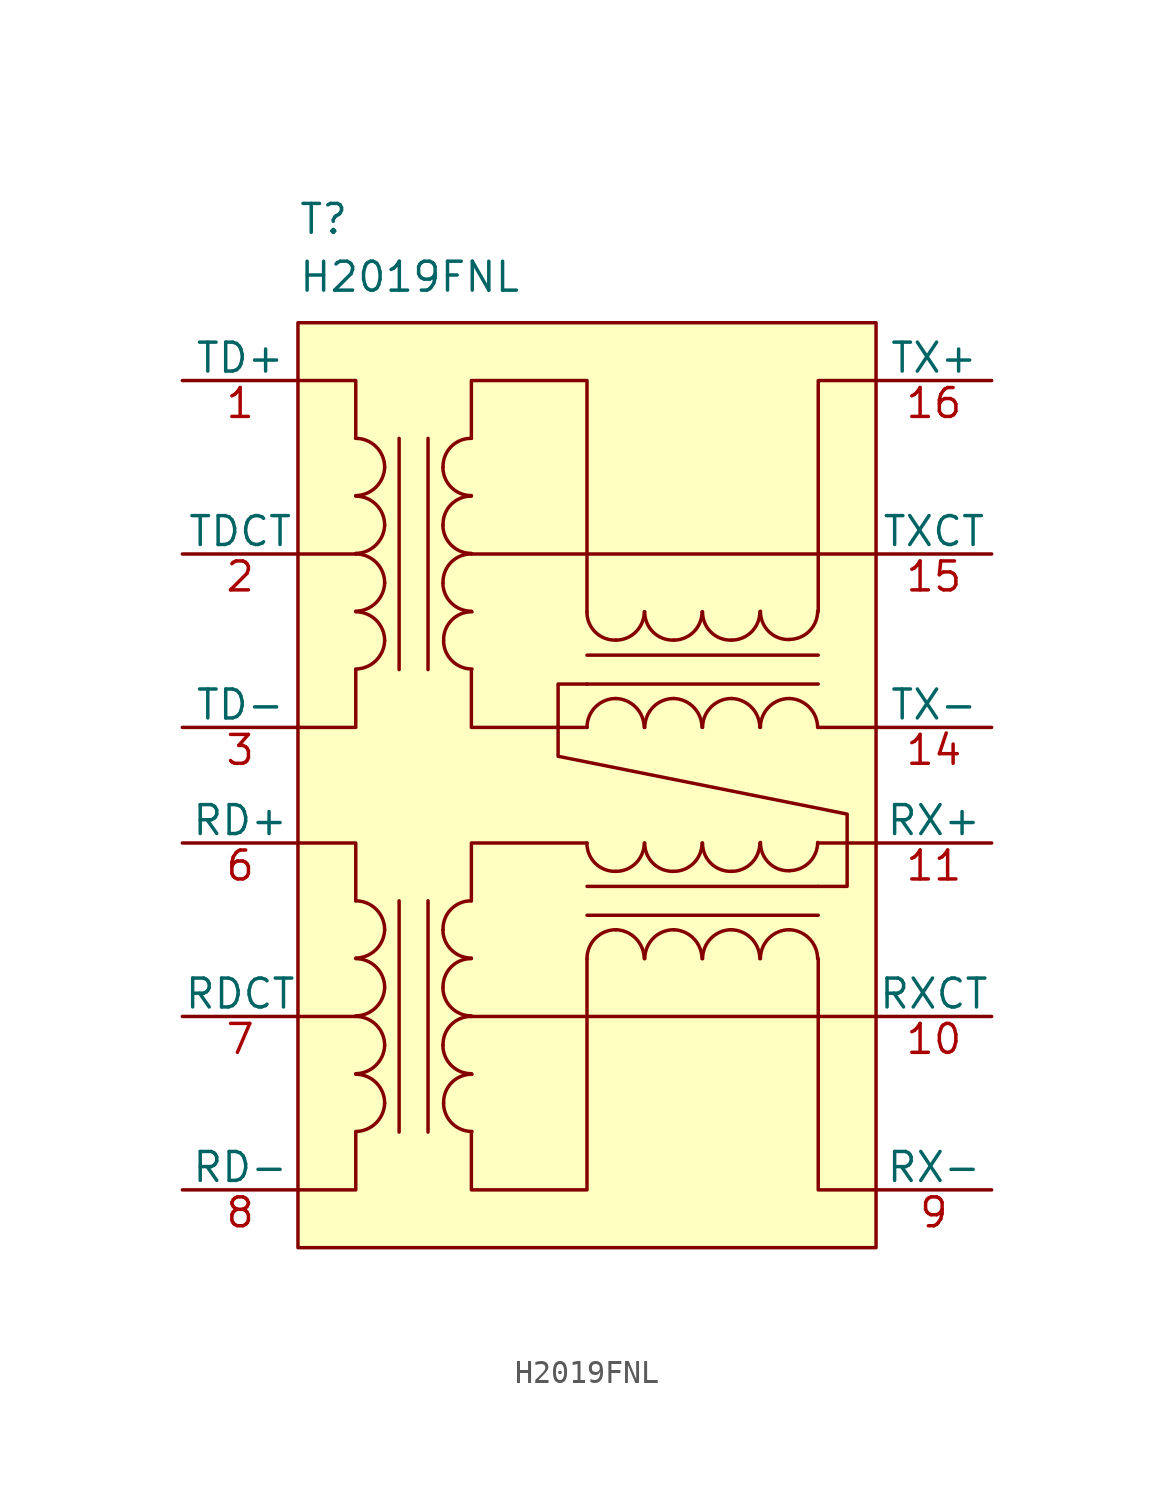
<source format=kicad_sym>
(kicad_symbol_lib
  (version 20231120)
  (generator "kicad_symbol_editor")
  (generator_version "8.0")
  (symbol "H2019FNL"
    (pin_names
      (offset 0))
    (property "Reference" "T"
      (at -13.97 24.13 0)
      (effects (font (size 1.27 1.27)) (justify left bottom)))
    (property "Value" "H2019FNL"
      (at -13.97 21.59 0)
      (effects (font (size 1.27 1.27)) (justify left bottom)))
    (property "Footprint" ""
      (at 0 0 0)
      (effects (font (size 1.524 1.524))))
    (property "Datasheet" ""
      (at 0 0 0)
      (effects (font (size 1.524 1.524))))
    (symbol "H2019FNL_0_0"
      (rectangle (start -13.97 20.32) (end 11.43 -20.32) (stroke (width 0) (type solid)) (fill (type background)))
      (polyline (pts (xy -13.97 -10.16) (xy -11.43 -10.16)) (stroke (width 0) (type solid)) (fill (type none)))
      (polyline (pts (xy -13.97 10.16) (xy -11.43 10.16)) (stroke (width 0) (type solid)) (fill (type none)))
      (polyline (pts (xy -6.35 -10.16) (xy 11.43 -10.16)) (stroke (width 0) (type solid)) (fill (type none)))
      (polyline (pts (xy 11.43 -2.54) (xy 8.89 -2.54)) (stroke (width 0) (type solid)) (fill (type none)))
      (polyline (pts (xy 11.43 2.54) (xy 8.89 2.54)) (stroke (width 0) (type solid)) (fill (type none)))
      (polyline (pts (xy 11.43 10.16) (xy -6.35 10.16)) (stroke (width 0) (type solid)) (fill (type none)))
      (polyline (pts (xy -13.97 -17.78) (xy -11.43 -17.78) (xy -11.43 -15.24)) (stroke (width 0) (type solid)) (fill (type none)))
      (polyline (pts (xy -13.97 -2.54) (xy -11.43 -2.54) (xy -11.43 -5.08)) (stroke (width 0) (type solid)) (fill (type none)))
      (polyline (pts (xy -13.97 2.54) (xy -11.43 2.54) (xy -11.43 5.08)) (stroke (width 0) (type solid)) (fill (type none)))
      (polyline (pts (xy -13.97 17.78) (xy -11.43 17.78) (xy -11.43 15.24)) (stroke (width 0) (type solid)) (fill (type none)))
      (polyline (pts (xy -6.35 5.08) (xy -6.35 2.54) (xy -1.27 2.54)) (stroke (width 0) (type solid)) (fill (type none)))
      (polyline (pts (xy -1.27 -2.54) (xy -6.35 -2.54) (xy -6.35 -5.08)) (stroke (width 0) (type solid)) (fill (type none)))
      (polyline (pts (xy 8.89 -7.62) (xy 8.89 -17.78) (xy 11.43 -17.78)) (stroke (width 0) (type solid)) (fill (type none)))
      (polyline (pts (xy 8.89 7.62) (xy 8.89 17.78) (xy 11.43 17.78)) (stroke (width 0) (type solid)) (fill (type none)))
      (polyline (pts (xy -6.35 -15.24) (xy -6.35 -17.78) (xy -1.27 -17.78) (xy -1.27 -7.62)) (stroke (width 0) (type solid)) (fill (type none)))
      (polyline (pts (xy -1.27 7.62) (xy -1.27 17.78) (xy -6.35 17.78) (xy -6.35 15.24)) (stroke (width 0) (type solid)) (fill (type none)))
      (polyline (pts (xy -1.27 4.445) (xy -2.54 4.445) (xy -2.54 1.27) (xy 10.16 -1.27) (xy 10.16 -4.445) (xy 8.89 -4.445)) (stroke (width 0) (type solid)) (fill (type none))))
    (symbol "H2019FNL_0_1"
      (arc (start -11.43 -15.2146) (mid -10.5499 -14.8501) (end -10.16 -13.97) (stroke (width 0) (type solid)) (fill (type none)))
      (arc (start -11.43 -12.6746) (mid -10.5499 -12.3101) (end -10.16 -11.43) (stroke (width 0) (type solid)) (fill (type none)))
      (arc (start -11.43 -10.1346) (mid -10.5499 -9.7701) (end -10.16 -8.89) (stroke (width 0) (type solid)) (fill (type none)))
      (arc (start -11.43 -7.5946) (mid -10.5499 -7.2301) (end -10.16 -6.35) (stroke (width 0) (type solid)) (fill (type none)))
      (arc (start -11.43 5.1054) (mid -10.5499 5.4699) (end -10.16 6.35) (stroke (width 0) (type solid)) (fill (type none)))
      (arc (start -11.43 7.6454) (mid -10.5499 8.0099) (end -10.16 8.89) (stroke (width 0) (type solid)) (fill (type none)))
      (arc (start -11.43 10.1854) (mid -10.5499 10.5499) (end -10.16 11.43) (stroke (width 0) (type solid)) (fill (type none)))
      (arc (start -11.43 12.7254) (mid -10.5499 13.0899) (end -10.16 13.97) (stroke (width 0) (type solid)) (fill (type none)))
      (arc (start -10.16 -13.97) (mid -10.532 -13.072) (end -11.43 -12.7) (stroke (width 0) (type solid)) (fill (type none)))
      (arc (start -10.16 -11.43) (mid -10.532 -10.532) (end -11.43 -10.16) (stroke (width 0) (type solid)) (fill (type none)))
      (arc (start -10.16 -8.89) (mid -10.532 -7.992) (end -11.43 -7.62) (stroke (width 0) (type solid)) (fill (type none)))
      (arc (start -10.16 -6.35) (mid -10.532 -5.452) (end -11.43 -5.08) (stroke (width 0) (type solid)) (fill (type none)))
      (arc (start -10.16 6.35) (mid -10.532 7.248) (end -11.43 7.62) (stroke (width 0) (type solid)) (fill (type none)))
      (arc (start -10.16 8.89) (mid -10.532 9.788) (end -11.43 10.16) (stroke (width 0) (type solid)) (fill (type none)))
      (arc (start -10.16 11.43) (mid -10.532 12.328) (end -11.43 12.7) (stroke (width 0) (type solid)) (fill (type none)))
      (arc (start -10.16 13.97) (mid -10.532 14.868) (end -11.43 15.24) (stroke (width 0) (type solid)) (fill (type none)))
      (arc (start -7.5946 -11.43) (mid -7.2301 -12.3101) (end -6.35 -12.6746) (stroke (width 0) (type solid)) (fill (type none)))
      (arc (start -7.5946 -8.89) (mid -7.2301 -9.7701) (end -6.35 -10.1346) (stroke (width 0) (type solid)) (fill (type none)))
      (arc (start -7.5946 -6.35) (mid -7.2301 -7.2301) (end -6.35 -7.5946) (stroke (width 0) (type solid)) (fill (type none)))
      (arc (start -7.5946 8.89) (mid -7.2301 8.0099) (end -6.35 7.6454) (stroke (width 0) (type solid)) (fill (type none)))
      (arc (start -7.5946 11.43) (mid -7.2301 10.5499) (end -6.35 10.1854) (stroke (width 0) (type solid)) (fill (type none)))
      (arc (start -7.5946 13.97) (mid -7.2301 13.0899) (end -6.35 12.7254) (stroke (width 0) (type solid)) (fill (type none)))
      (arc (start -7.5692 -13.97) (mid -7.2047 -14.8501) (end -6.3246 -15.2146) (stroke (width 0) (type solid)) (fill (type none)))
      (arc (start -7.5692 6.35) (mid -7.2047 5.4699) (end -6.3246 5.1054) (stroke (width 0) (type solid)) (fill (type none)))
      (arc (start -6.35 -10.16) (mid -7.248 -10.532) (end -7.5946 -11.43) (stroke (width 0) (type solid)) (fill (type none)))
      (arc (start -6.35 -7.62) (mid -7.248 -7.992) (end -7.5946 -8.89) (stroke (width 0) (type solid)) (fill (type none)))
      (arc (start -6.35 -5.08) (mid -7.248 -5.452) (end -7.5946 -6.35) (stroke (width 0) (type solid)) (fill (type none)))
      (arc (start -6.35 10.16) (mid -7.248 9.788) (end -7.5946 8.89) (stroke (width 0) (type solid)) (fill (type none)))
      (arc (start -6.35 12.7) (mid -7.248 12.328) (end -7.5946 11.43) (stroke (width 0) (type solid)) (fill (type none)))
      (arc (start -6.35 15.24) (mid -7.248 14.868) (end -7.5946 13.97) (stroke (width 0) (type solid)) (fill (type none)))
      (arc (start -6.3246 -12.7) (mid -7.2226 -13.072) (end -7.5692 -13.97) (stroke (width 0) (type solid)) (fill (type none)))
      (arc (start -6.3246 7.62) (mid -7.2226 7.248) (end -7.5692 6.35) (stroke (width 0) (type solid)) (fill (type none)))
      (arc (start -1.27 -2.54) (mid -0.898 -3.438) (end 0 -3.7846) (stroke (width 0) (type solid)) (fill (type none)))
      (arc (start -1.27 7.62) (mid -0.898 6.722) (end 0 6.3754) (stroke (width 0) (type solid)) (fill (type none)))
      (arc (start 0 -6.35) (mid -0.898 -6.722) (end -1.27 -7.62) (stroke (width 0) (type solid)) (fill (type none)))
      (arc (start 0 -3.7846) (mid 0.8801 -3.4201) (end 1.2446 -2.54) (stroke (width 0) (type solid)) (fill (type none)))
      (polyline (pts (xy -9.525 -5.08) (xy -9.525 -15.24)) (stroke (width 0) (type solid)) (fill (type none)))
      (polyline (pts (xy -9.525 15.24) (xy -9.525 5.08)) (stroke (width 0) (type solid)) (fill (type none)))
      (polyline (pts (xy -8.255 -15.24) (xy -8.255 -5.08)) (stroke (width 0) (type solid)) (fill (type none)))
      (polyline (pts (xy -8.255 5.08) (xy -8.255 15.24)) (stroke (width 0) (type solid)) (fill (type none)))
      (polyline (pts (xy -1.27 -5.715) (xy 8.89 -5.715)) (stroke (width 0) (type solid)) (fill (type none)))
      (polyline (pts (xy -1.27 4.445) (xy 8.89 4.445)) (stroke (width 0) (type solid)) (fill (type none)))
      (polyline (pts (xy 8.89 -4.445) (xy -1.27 -4.445)) (stroke (width 0) (type solid)) (fill (type none)))
      (polyline (pts (xy 8.89 5.715) (xy -1.27 5.715)) (stroke (width 0) (type solid)) (fill (type none)))
      (arc (start 0 3.81) (mid -0.898 3.438) (end -1.27 2.54) (stroke (width 0) (type solid)) (fill (type none)))
      (arc (start 0 6.3754) (mid 0.8801 6.7399) (end 1.2446 7.62) (stroke (width 0) (type solid)) (fill (type none)))
      (arc (start 1.2446 -7.62) (mid 0.8801 -6.7399) (end 0 -6.35) (stroke (width 0) (type solid)) (fill (type none)))
      (arc (start 1.2446 2.54) (mid 0.8801 3.4201) (end 0 3.81) (stroke (width 0) (type solid)) (fill (type none)))
      (arc (start 1.27 -2.54) (mid 1.642 -3.438) (end 2.54 -3.7846) (stroke (width 0) (type solid)) (fill (type none)))
      (arc (start 1.27 7.62) (mid 1.642 6.722) (end 2.54 6.3754) (stroke (width 0) (type solid)) (fill (type none)))
      (arc (start 2.54 -6.35) (mid 1.642 -6.722) (end 1.27 -7.62) (stroke (width 0) (type solid)) (fill (type none)))
      (arc (start 2.54 -3.7846) (mid 3.4201 -3.4201) (end 3.7846 -2.54) (stroke (width 0) (type solid)) (fill (type none)))
      (arc (start 2.54 3.81) (mid 1.642 3.438) (end 1.27 2.54) (stroke (width 0) (type solid)) (fill (type none)))
      (arc (start 2.54 6.3754) (mid 3.4201 6.7399) (end 3.7846 7.62) (stroke (width 0) (type solid)) (fill (type none)))
      (arc (start 3.7846 -7.62) (mid 3.4201 -6.7399) (end 2.54 -6.35) (stroke (width 0) (type solid)) (fill (type none)))
      (arc (start 3.7846 2.54) (mid 3.4201 3.4201) (end 2.54 3.81) (stroke (width 0) (type solid)) (fill (type none)))
      (arc (start 3.81 -2.54) (mid 4.182 -3.438) (end 5.08 -3.7846) (stroke (width 0) (type solid)) (fill (type none)))
      (arc (start 3.81 7.62) (mid 4.182 6.722) (end 5.08 6.3754) (stroke (width 0) (type solid)) (fill (type none)))
      (arc (start 5.08 -6.35) (mid 4.182 -6.722) (end 3.81 -7.62) (stroke (width 0) (type solid)) (fill (type none)))
      (arc (start 5.08 -3.7846) (mid 5.9601 -3.4201) (end 6.3246 -2.54) (stroke (width 0) (type solid)) (fill (type none)))
      (arc (start 5.08 3.81) (mid 4.182 3.438) (end 3.81 2.54) (stroke (width 0) (type solid)) (fill (type none)))
      (arc (start 5.08 6.3754) (mid 5.9601 6.7399) (end 6.3246 7.62) (stroke (width 0) (type solid)) (fill (type none)))
      (arc (start 6.3246 -7.62) (mid 5.9601 -6.7399) (end 5.08 -6.35) (stroke (width 0) (type solid)) (fill (type none)))
      (arc (start 6.3246 2.54) (mid 5.9601 3.4201) (end 5.08 3.81) (stroke (width 0) (type solid)) (fill (type none)))
      (arc (start 6.35 -2.5146) (mid 6.722 -3.4126) (end 7.62 -3.7592) (stroke (width 0) (type solid)) (fill (type none)))
      (arc (start 6.35 7.6454) (mid 6.722 6.7474) (end 7.62 6.4008) (stroke (width 0) (type solid)) (fill (type none)))
      (arc (start 7.62 -6.35) (mid 6.722 -6.722) (end 6.35 -7.62) (stroke (width 0) (type solid)) (fill (type none)))
      (arc (start 7.62 -3.7592) (mid 8.5001 -3.3947) (end 8.8646 -2.5146) (stroke (width 0) (type solid)) (fill (type none)))
      (arc (start 7.62 3.81) (mid 6.722 3.438) (end 6.35 2.54) (stroke (width 0) (type solid)) (fill (type none)))
      (arc (start 7.62 6.4008) (mid 8.5001 6.7653) (end 8.8646 7.6454) (stroke (width 0) (type solid)) (fill (type none)))
      (arc (start 8.8646 -7.62) (mid 8.5001 -6.7399) (end 7.62 -6.35) (stroke (width 0) (type solid)) (fill (type none)))
      (arc (start 8.8646 2.54) (mid 8.5001 3.4201) (end 7.62 3.81) (stroke (width 0) (type solid)) (fill (type none))))
    (symbol "H2019FNL_1_1"
      (pin passive line (at -19.05 17.78 0) (length 5.08) (name "TD+" (effects (font (size 1.27 1.27)))) (number "1" (effects (font (size 1.27 1.27)))))
      (pin passive line (at 16.51 -10.16 180) (length 5.08) (name "RXCT" (effects (font (size 1.27 1.27)))) (number "10" (effects (font (size 1.27 1.27)))))
      (pin passive line (at 16.51 -2.54 180) (length 5.08) (name "RX+" (effects (font (size 1.27 1.27)))) (number "11" (effects (font (size 1.27 1.27)))))
      (pin passive line (at 16.51 2.54 180) (length 5.08) (name "TX-" (effects (font (size 1.27 1.27)))) (number "14" (effects (font (size 1.27 1.27)))))
      (pin passive line (at 16.51 10.16 180) (length 5.08) (name "TXCT" (effects (font (size 1.27 1.27)))) (number "15" (effects (font (size 1.27 1.27)))))
      (pin passive line (at 16.51 17.78 180) (length 5.08) (name "TX+" (effects (font (size 1.27 1.27)))) (number "16" (effects (font (size 1.27 1.27)))))
      (pin passive line (at -19.05 10.16 0) (length 5.08) (name "TDCT" (effects (font (size 1.27 1.27)))) (number "2" (effects (font (size 1.27 1.27)))))
      (pin passive line (at -19.05 2.54 0) (length 5.08) (name "TD-" (effects (font (size 1.27 1.27)))) (number "3" (effects (font (size 1.27 1.27)))))
      (pin passive line (at -19.05 -2.54 0) (length 5.08) (name "RD+" (effects (font (size 1.27 1.27)))) (number "6" (effects (font (size 1.27 1.27)))))
      (pin passive line (at -19.05 -10.16 0) (length 5.08) (name "RDCT" (effects (font (size 1.27 1.27)))) (number "7" (effects (font (size 1.27 1.27)))))
      (pin passive line (at -19.05 -17.78 0) (length 5.08) (name "RD-" (effects (font (size 1.27 1.27)))) (number "8" (effects (font (size 1.27 1.27)))))
      (pin passive line (at 16.51 -17.78 180) (length 5.08) (name "RX-" (effects (font (size 1.27 1.27)))) (number "9" (effects (font (size 1.27 1.27))))))))
</source>
